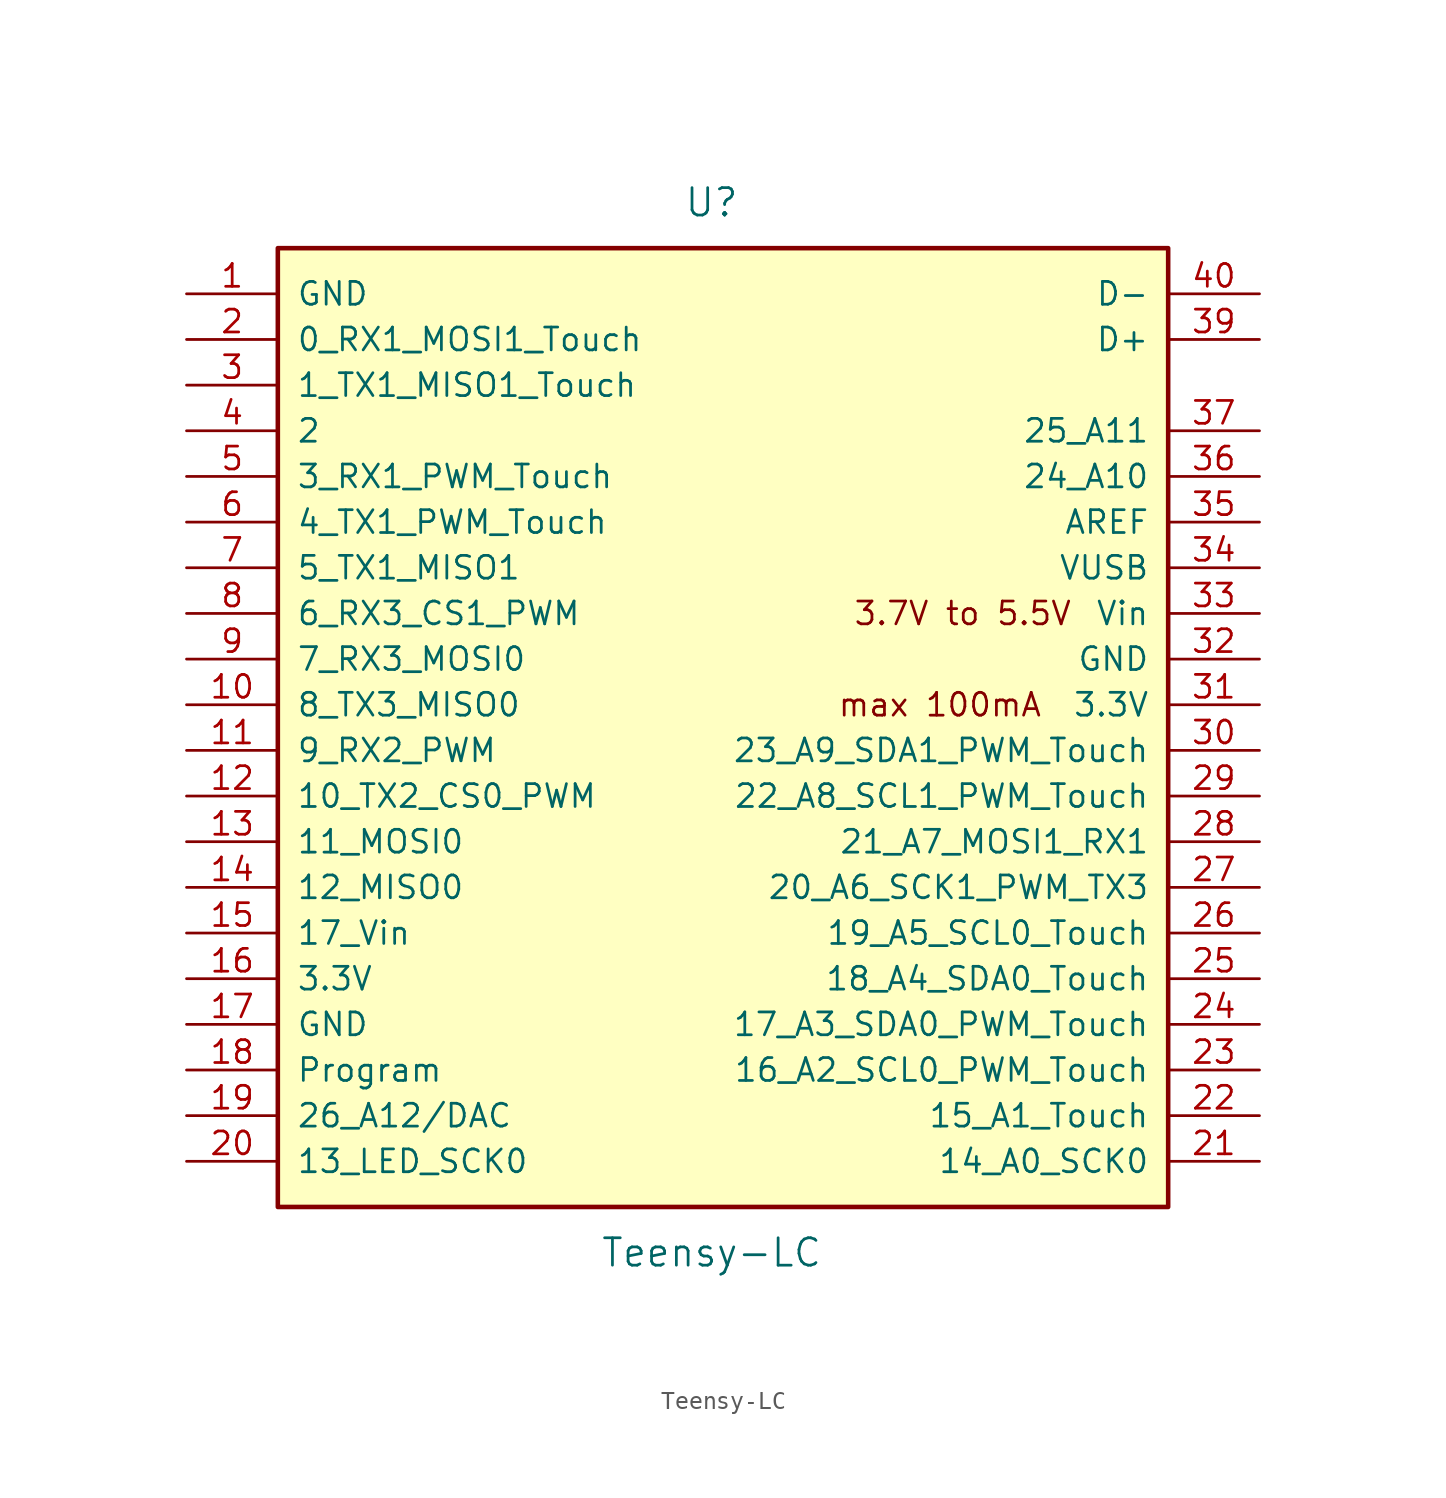
<source format=kicad_sym>
(kicad_symbol_lib
  (version 20211014)
  (generator kicad_symbol_editor)
  (symbol "Teensy-LC"
    (pin_names
      (offset 1.016))
    (property "Reference" "U"
      (at 0 29.21 0)
      (effects (font (size 1.524 1.524))))
    (property "Value" "Teensy-LC"
      (at 0 -29.21 0)
      (effects (font (size 1.524 1.524))))
    (property "Footprint" ""
      (at 0 -13.97 0)
      (effects (font (size 1.524 1.524))))
    (property "Datasheet" ""
      (at 0 -13.97 0)
      (effects (font (size 1.524 1.524))))
    (symbol "Teensy-LC_0_0"
      (text "3.7V to 5.5V" (at 13.97 6.35 0) (effects (font (size 1.27 1.27))))
      (text "max 100mA" (at 12.7 1.27 0) (effects (font (size 1.27 1.27)))))
    (symbol "Teensy-LC_0_1"
      (rectangle (start -24.13 26.67) (end 25.4 -26.67) (stroke (width 0.254) (type default) (color 0 0 0 0)) (fill (type background))))
    (symbol "Teensy-LC_1_1"
      (pin power_in line (at -29.21 24.13 0) (length 5.08) (name "GND" (effects (font (size 1.27 1.27)))) (number "1" (effects (font (size 1.27 1.27)))))
      (pin bidirectional line (at -29.21 1.27 0) (length 5.08) (name "8_TX3_MISO0" (effects (font (size 1.27 1.27)))) (number "10" (effects (font (size 1.27 1.27)))))
      (pin bidirectional line (at -29.21 -1.27 0) (length 5.08) (name "9_RX2_PWM" (effects (font (size 1.27 1.27)))) (number "11" (effects (font (size 1.27 1.27)))))
      (pin bidirectional line (at -29.21 -3.81 0) (length 5.08) (name "10_TX2_CS0_PWM" (effects (font (size 1.27 1.27)))) (number "12" (effects (font (size 1.27 1.27)))))
      (pin bidirectional line (at -29.21 -6.35 0) (length 5.08) (name "11_MOSI0" (effects (font (size 1.27 1.27)))) (number "13" (effects (font (size 1.27 1.27)))))
      (pin bidirectional line (at -29.21 -8.89 0) (length 5.08) (name "12_MISO0" (effects (font (size 1.27 1.27)))) (number "14" (effects (font (size 1.27 1.27)))))
      (pin output line (at -29.21 -11.43 0) (length 5.08) (name "17_Vin" (effects (font (size 1.27 1.27)))) (number "15" (effects (font (size 1.27 1.27)))))
      (pin power_in line (at -29.21 -13.97 0) (length 5.08) (name "3.3V" (effects (font (size 1.27 1.27)))) (number "16" (effects (font (size 1.27 1.27)))))
      (pin power_in line (at -29.21 -16.51 0) (length 5.08) (name "GND" (effects (font (size 1.27 1.27)))) (number "17" (effects (font (size 1.27 1.27)))))
      (pin input line (at -29.21 -19.05 0) (length 5.08) (name "Program" (effects (font (size 1.27 1.27)))) (number "18" (effects (font (size 1.27 1.27)))))
      (pin bidirectional line (at -29.21 -21.59 0) (length 5.08) (name "26_A12/DAC" (effects (font (size 1.27 1.27)))) (number "19" (effects (font (size 1.27 1.27)))))
      (pin bidirectional line (at -29.21 21.59 0) (length 5.08) (name "0_RX1_MOSI1_Touch" (effects (font (size 1.27 1.27)))) (number "2" (effects (font (size 1.27 1.27)))))
      (pin bidirectional line (at -29.21 -24.13 0) (length 5.08) (name "13_LED_SCK0" (effects (font (size 1.27 1.27)))) (number "20" (effects (font (size 1.27 1.27)))))
      (pin bidirectional line (at 30.48 -24.13 180) (length 5.08) (name "14_A0_SCK0" (effects (font (size 1.27 1.27)))) (number "21" (effects (font (size 1.27 1.27)))))
      (pin bidirectional line (at 30.48 -21.59 180) (length 5.08) (name "15_A1_Touch" (effects (font (size 1.27 1.27)))) (number "22" (effects (font (size 1.27 1.27)))))
      (pin bidirectional line (at 30.48 -19.05 180) (length 5.08) (name "16_A2_SCL0_PWM_Touch" (effects (font (size 1.27 1.27)))) (number "23" (effects (font (size 1.27 1.27)))))
      (pin bidirectional line (at 30.48 -16.51 180) (length 5.08) (name "17_A3_SDA0_PWM_Touch" (effects (font (size 1.27 1.27)))) (number "24" (effects (font (size 1.27 1.27)))))
      (pin bidirectional line (at 30.48 -13.97 180) (length 5.08) (name "18_A4_SDA0_Touch" (effects (font (size 1.27 1.27)))) (number "25" (effects (font (size 1.27 1.27)))))
      (pin bidirectional line (at 30.48 -11.43 180) (length 5.08) (name "19_A5_SCL0_Touch" (effects (font (size 1.27 1.27)))) (number "26" (effects (font (size 1.27 1.27)))))
      (pin bidirectional line (at 30.48 -8.89 180) (length 5.08) (name "20_A6_SCK1_PWM_TX3" (effects (font (size 1.27 1.27)))) (number "27" (effects (font (size 1.27 1.27)))))
      (pin bidirectional line (at 30.48 -6.35 180) (length 5.08) (name "21_A7_MOSI1_RX1" (effects (font (size 1.27 1.27)))) (number "28" (effects (font (size 1.27 1.27)))))
      (pin bidirectional line (at 30.48 -3.81 180) (length 5.08) (name "22_A8_SCL1_PWM_Touch" (effects (font (size 1.27 1.27)))) (number "29" (effects (font (size 1.27 1.27)))))
      (pin bidirectional line (at -29.21 19.05 0) (length 5.08) (name "1_TX1_MISO1_Touch" (effects (font (size 1.27 1.27)))) (number "3" (effects (font (size 1.27 1.27)))))
      (pin bidirectional line (at 30.48 -1.27 180) (length 5.08) (name "23_A9_SDA1_PWM_Touch" (effects (font (size 1.27 1.27)))) (number "30" (effects (font (size 1.27 1.27)))))
      (pin power_out line (at 30.48 1.27 180) (length 5.08) (name "3.3V" (effects (font (size 1.27 1.27)))) (number "31" (effects (font (size 1.27 1.27)))))
      (pin power_in line (at 30.48 3.81 180) (length 5.08) (name "GND" (effects (font (size 1.27 1.27)))) (number "32" (effects (font (size 1.27 1.27)))))
      (pin power_in line (at 30.48 6.35 180) (length 5.08) (name "Vin" (effects (font (size 1.27 1.27)))) (number "33" (effects (font (size 1.27 1.27)))))
      (pin power_in line (at 30.48 8.89 180) (length 5.08) (name "VUSB" (effects (font (size 1.27 1.27)))) (number "34" (effects (font (size 1.27 1.27)))))
      (pin input line (at 30.48 11.43 180) (length 5.08) (name "AREF" (effects (font (size 1.27 1.27)))) (number "35" (effects (font (size 1.27 1.27)))))
      (pin bidirectional line (at 30.48 13.97 180) (length 5.08) (name "24_A10" (effects (font (size 1.27 1.27)))) (number "36" (effects (font (size 1.27 1.27)))))
      (pin bidirectional line (at 30.48 16.51 180) (length 5.08) (name "25_A11" (effects (font (size 1.27 1.27)))) (number "37" (effects (font (size 1.27 1.27)))))
      (pin bidirectional line (at 30.48 21.59 180) (length 5.08) (name "D+" (effects (font (size 1.27 1.27)))) (number "39" (effects (font (size 1.27 1.27)))))
      (pin bidirectional line (at -29.21 16.51 0) (length 5.08) (name "2" (effects (font (size 1.27 1.27)))) (number "4" (effects (font (size 1.27 1.27)))))
      (pin bidirectional line (at 30.48 24.13 180) (length 5.08) (name "D-" (effects (font (size 1.27 1.27)))) (number "40" (effects (font (size 1.27 1.27)))))
      (pin bidirectional line (at -29.21 13.97 0) (length 5.08) (name "3_RX1_PWM_Touch" (effects (font (size 1.27 1.27)))) (number "5" (effects (font (size 1.27 1.27)))))
      (pin bidirectional line (at -29.21 11.43 0) (length 5.08) (name "4_TX1_PWM_Touch" (effects (font (size 1.27 1.27)))) (number "6" (effects (font (size 1.27 1.27)))))
      (pin bidirectional line (at -29.21 8.89 0) (length 5.08) (name "5_TX1_MISO1" (effects (font (size 1.27 1.27)))) (number "7" (effects (font (size 1.27 1.27)))))
      (pin bidirectional line (at -29.21 6.35 0) (length 5.08) (name "6_RX3_CS1_PWM" (effects (font (size 1.27 1.27)))) (number "8" (effects (font (size 1.27 1.27)))))
      (pin bidirectional line (at -29.21 3.81 0) (length 5.08) (name "7_RX3_MOSI0" (effects (font (size 1.27 1.27)))) (number "9" (effects (font (size 1.27 1.27))))))))
</source>
